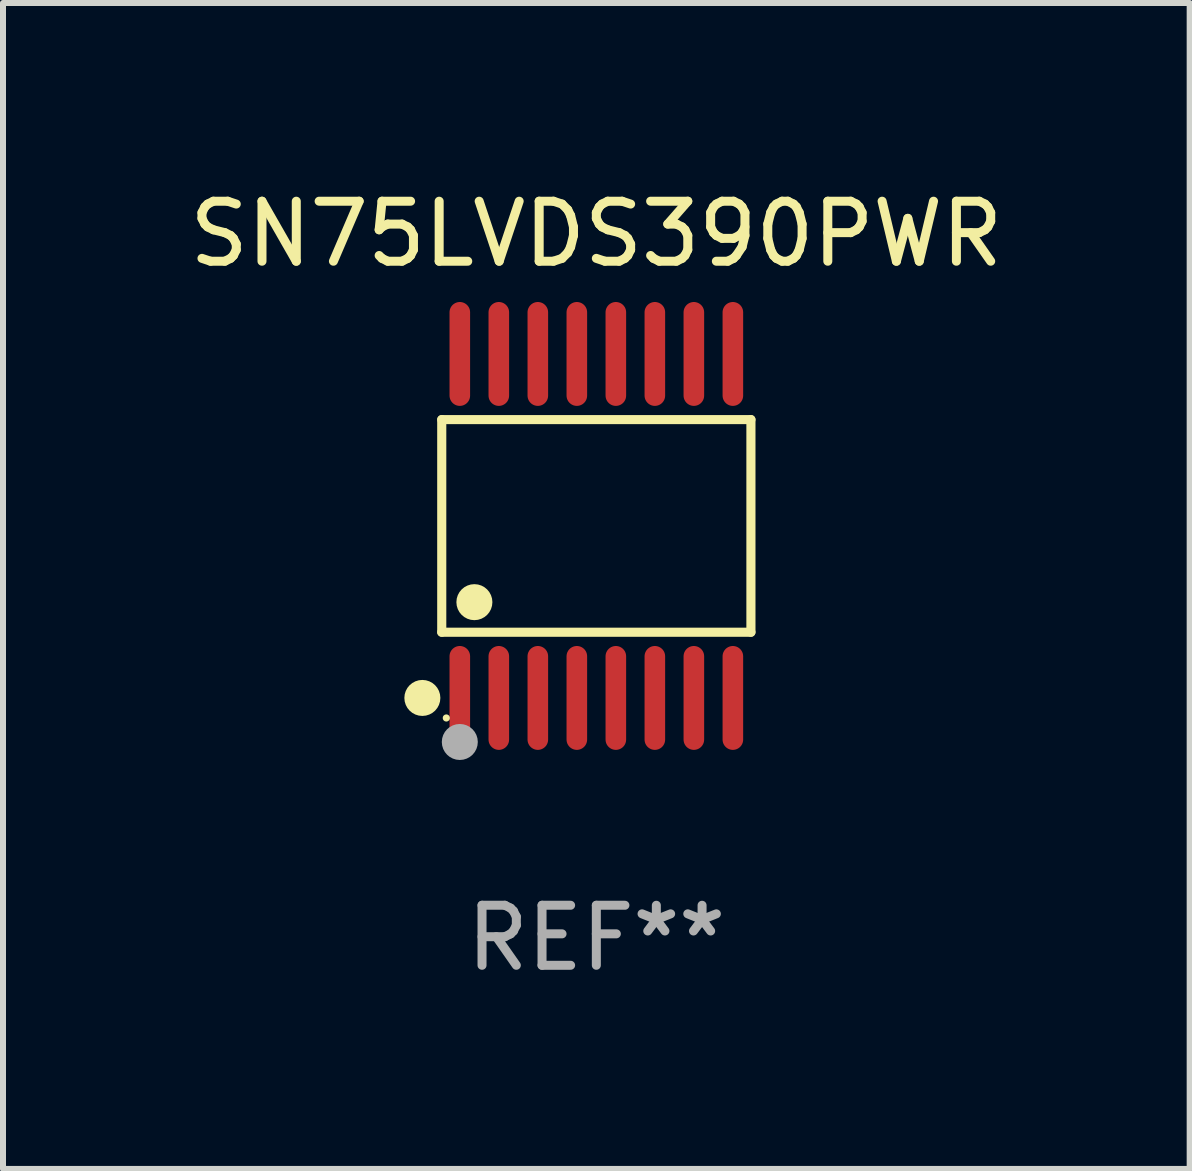
<source format=kicad_pcb>
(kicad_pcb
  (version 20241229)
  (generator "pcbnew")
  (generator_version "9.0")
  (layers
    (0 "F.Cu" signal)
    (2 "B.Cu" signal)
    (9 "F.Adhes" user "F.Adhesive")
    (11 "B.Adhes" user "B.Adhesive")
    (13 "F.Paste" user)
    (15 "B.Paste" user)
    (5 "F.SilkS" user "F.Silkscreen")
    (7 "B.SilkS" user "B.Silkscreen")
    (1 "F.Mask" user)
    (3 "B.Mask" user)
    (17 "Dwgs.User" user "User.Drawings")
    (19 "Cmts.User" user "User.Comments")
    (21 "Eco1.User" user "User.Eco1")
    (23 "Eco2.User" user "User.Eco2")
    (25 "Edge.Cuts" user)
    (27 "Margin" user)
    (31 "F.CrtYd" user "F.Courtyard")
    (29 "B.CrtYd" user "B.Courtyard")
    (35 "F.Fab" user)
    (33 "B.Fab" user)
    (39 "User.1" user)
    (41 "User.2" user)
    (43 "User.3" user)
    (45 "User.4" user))
  (footprint "SN75LVDS390PWR"
    (layer "F.Cu")
    (at 6.887 5.714)
    (property "Reference" "SN75LVDS390PWR" (at 0 -4.866 0) (layer "F.SilkS") (effects (font (size 1 1) (thickness 0.15))))
    (attr through_hole)
    (fp_line (start -2.576 -1.772) (end 2.576 -1.772) (stroke (width 0.152) (type solid)) (layer "F.SilkS"))
    (fp_line (start -2.576 1.771) (end -2.576 -1.772) (stroke (width 0.152) (type solid)) (layer "F.SilkS"))
    (fp_line (start 2.576 -1.772) (end 2.576 1.771) (stroke (width 0.152) (type solid)) (layer "F.SilkS"))
    (fp_line (start 2.576 1.771) (end -2.576 1.771) (stroke (width 0.152) (type solid)) (layer "F.SilkS"))
    (fp_circle (center -2.899 2.866) (end -2.749 2.866) (stroke (width 0.3) (type solid)) (fill no) (layer "F.SilkS"))
    (fp_circle (center -2.5 3.2) (end -2.47 3.2) (stroke (width 0.06) (type solid)) (fill no) (layer "F.SilkS"))
    (fp_circle (center -2.032 1.27) (end -1.882 1.27) (stroke (width 0.3) (type solid)) (fill no) (layer "F.SilkS"))
    (fp_circle (center -2.275 3.6) (end -2.125 3.6) (stroke (width 0.3) (type solid)) (fill no) (layer "F.Fab"))
    (fp_text user "REF**" (at 0 6.866 0) (layer "F.Fab") (effects (font (size 1 1) (thickness 0.15))))
    (pad "1" smd oval (at -2.275 2.866) (size 0.343 1.731) (layers "F.Cu" "F.Mask" "F.Paste"))
    (pad "2" smd oval (at -1.625 2.866) (size 0.343 1.731) (layers "F.Cu" "F.Mask" "F.Paste"))
    (pad "3" smd oval (at -0.975 2.866) (size 0.343 1.731) (layers "F.Cu" "F.Mask" "F.Paste"))
    (pad "4" smd oval (at -0.325 2.866) (size 0.343 1.731) (layers "F.Cu" "F.Mask" "F.Paste"))
    (pad "5" smd oval (at 0.325 2.866) (size 0.343 1.731) (layers "F.Cu" "F.Mask" "F.Paste"))
    (pad "6" smd oval (at 0.975 2.866) (size 0.343 1.731) (layers "F.Cu" "F.Mask" "F.Paste"))
    (pad "7" smd oval (at 1.625 2.866) (size 0.343 1.731) (layers "F.Cu" "F.Mask" "F.Paste"))
    (pad "8" smd oval (at 2.275 2.866) (size 0.343 1.731) (layers "F.Cu" "F.Mask" "F.Paste"))
    (pad "9" smd oval (at 2.275 -2.866) (size 0.343 1.731) (layers "F.Cu" "F.Mask" "F.Paste"))
    (pad "10" smd oval (at 1.625 -2.866) (size 0.343 1.731) (layers "F.Cu" "F.Mask" "F.Paste"))
    (pad "11" smd oval (at 0.975 -2.866) (size 0.343 1.731) (layers "F.Cu" "F.Mask" "F.Paste"))
    (pad "12" smd oval (at 0.325 -2.866) (size 0.343 1.731) (layers "F.Cu" "F.Mask" "F.Paste"))
    (pad "13" smd oval (at -0.325 -2.866) (size 0.343 1.731) (layers "F.Cu" "F.Mask" "F.Paste"))
    (pad "14" smd oval (at -0.975 -2.866) (size 0.343 1.731) (layers "F.Cu" "F.Mask" "F.Paste"))
    (pad "15" smd oval (at -1.625 -2.866) (size 0.343 1.731) (layers "F.Cu" "F.Mask" "F.Paste"))
    (pad "16" smd oval (at -2.275 -2.866) (size 0.343 1.731) (layers "F.Cu" "F.Mask" "F.Paste")))
  (gr_rect
    (start -3 -3)
    (end 16.774 16.428)
    (stroke (width 0.1) (type default))
    (fill no)
    (layer "Edge.Cuts")))
</source>
